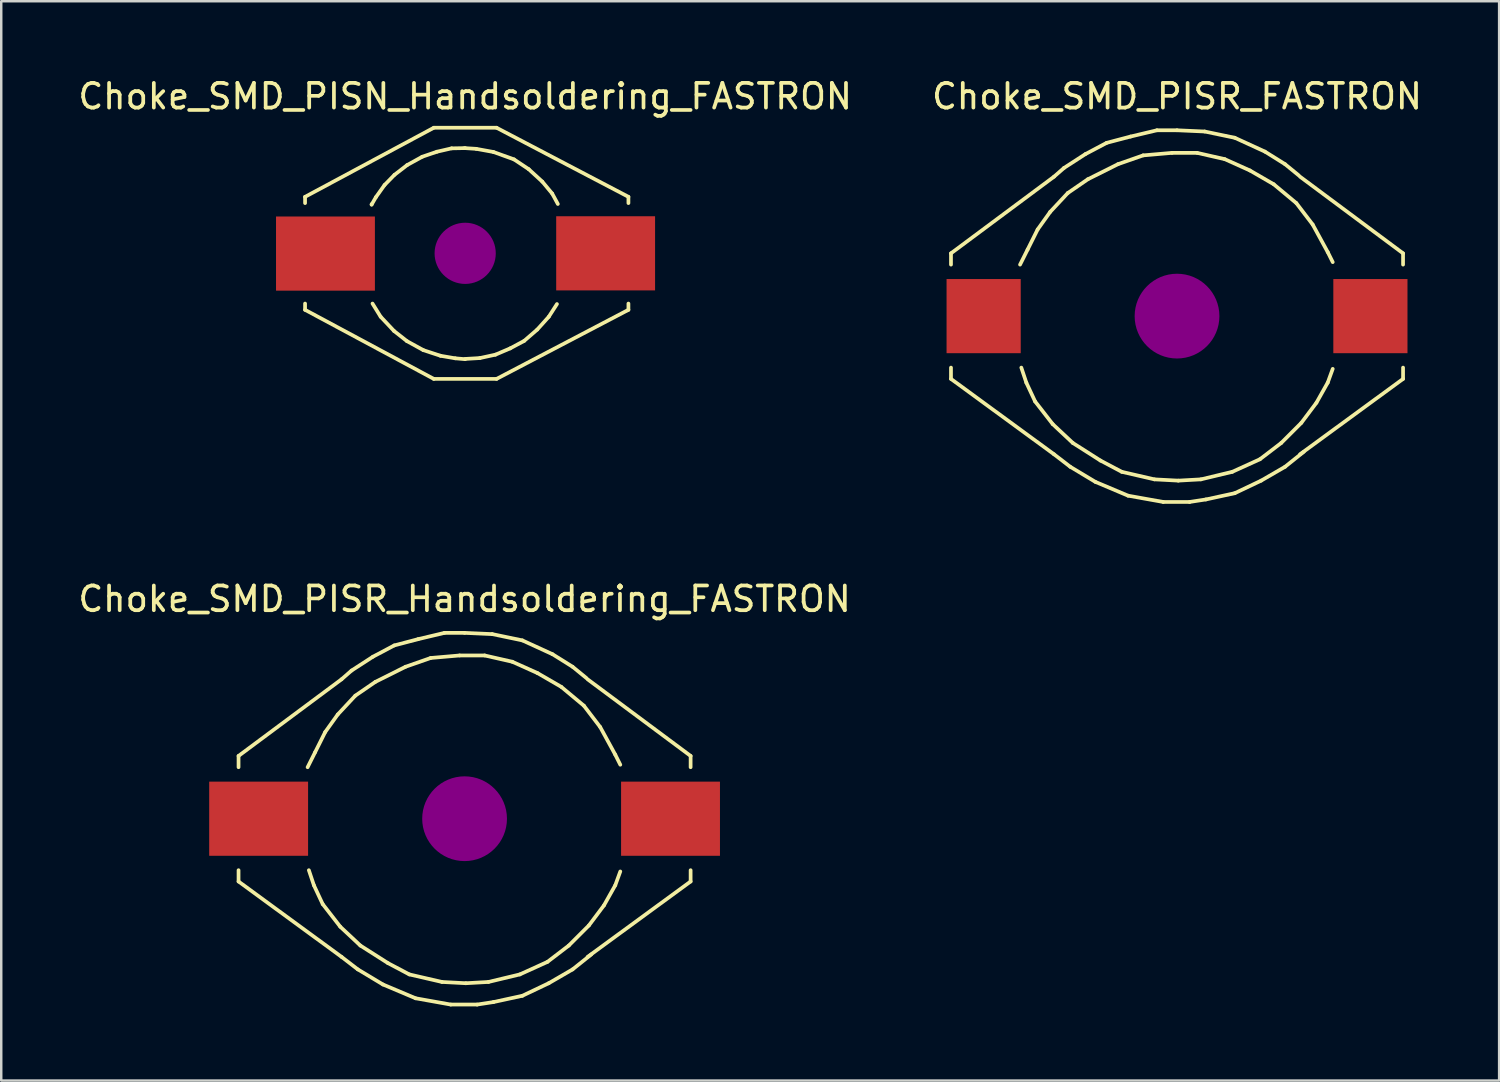
<source format=kicad_pcb>
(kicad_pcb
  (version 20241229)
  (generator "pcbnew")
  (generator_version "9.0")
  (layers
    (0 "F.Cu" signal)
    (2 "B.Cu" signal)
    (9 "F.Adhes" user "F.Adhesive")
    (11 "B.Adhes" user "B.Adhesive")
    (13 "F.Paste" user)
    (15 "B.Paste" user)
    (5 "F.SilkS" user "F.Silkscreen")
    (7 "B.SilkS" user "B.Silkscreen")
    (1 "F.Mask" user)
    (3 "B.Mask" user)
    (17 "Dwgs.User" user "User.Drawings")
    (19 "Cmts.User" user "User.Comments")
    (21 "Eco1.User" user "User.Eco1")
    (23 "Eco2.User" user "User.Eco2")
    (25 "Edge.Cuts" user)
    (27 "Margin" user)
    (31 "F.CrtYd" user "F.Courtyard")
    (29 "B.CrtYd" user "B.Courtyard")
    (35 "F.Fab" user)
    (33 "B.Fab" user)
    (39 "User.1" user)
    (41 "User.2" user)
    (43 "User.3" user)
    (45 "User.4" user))
  (footprint "Choke_SMD_PISR_FASTRON"
    (layer "F.Cu")
    (at 44.565 9.738)
    (property "Reference" "Choke_SMD_PISR_FASTRON" (at 0 -8.89 0) (layer "F.SilkS") (effects (font (size 1 1) (thickness 0.15))))
    (attr smd)
    (fp_line (start -9.144 -2.54) (end -4.978 -5.639) (stroke (width 0.15) (type solid)) (layer "F.SilkS"))
    (fp_line (start -9.144 -2.083) (end -9.144 -2.54) (stroke (width 0.15) (type solid)) (layer "F.SilkS"))
    (fp_line (start -9.144 2.083) (end -9.144 2.54) (stroke (width 0.15) (type solid)) (layer "F.SilkS"))
    (fp_line (start -9.144 2.54) (end -4.978 5.588) (stroke (width 0.15) (type solid)) (layer "F.SilkS"))
    (fp_line (start -6.35 -2.083) (end -6.045 -2.692) (stroke (width 0.15) (type solid)) (layer "F.SilkS"))
    (fp_line (start -6.299 2.083) (end -6.096 2.692) (stroke (width 0.15) (type solid)) (layer "F.SilkS"))
    (fp_line (start -6.096 2.692) (end -5.74 3.454) (stroke (width 0.15) (type solid)) (layer "F.SilkS"))
    (fp_line (start -6.045 -2.692) (end -5.639 -3.505) (stroke (width 0.15) (type solid)) (layer "F.SilkS"))
    (fp_line (start -5.74 3.454) (end -5.029 4.369) (stroke (width 0.15) (type solid)) (layer "F.SilkS"))
    (fp_line (start -5.639 -3.505) (end -5.131 -4.216) (stroke (width 0.15) (type solid)) (layer "F.SilkS"))
    (fp_line (start -5.131 -4.216) (end -4.42 -4.978) (stroke (width 0.15) (type solid)) (layer "F.SilkS"))
    (fp_line (start -5.029 4.369) (end -4.216 5.131) (stroke (width 0.15) (type solid)) (layer "F.SilkS"))
    (fp_line (start -4.978 -5.639) (end -4.572 -5.994) (stroke (width 0.15) (type solid)) (layer "F.SilkS"))
    (fp_line (start -4.978 5.588) (end -4.318 6.096) (stroke (width 0.15) (type solid)) (layer "F.SilkS"))
    (fp_line (start -4.572 -5.994) (end -3.708 -6.553) (stroke (width 0.15) (type solid)) (layer "F.SilkS"))
    (fp_line (start -4.42 -4.978) (end -3.607 -5.537) (stroke (width 0.15) (type solid)) (layer "F.SilkS"))
    (fp_line (start -4.318 6.096) (end -3.302 6.706) (stroke (width 0.15) (type solid)) (layer "F.SilkS"))
    (fp_line (start -4.216 5.131) (end -3.099 5.842) (stroke (width 0.15) (type solid)) (layer "F.SilkS"))
    (fp_line (start -3.708 -6.553) (end -2.845 -7.01) (stroke (width 0.15) (type solid)) (layer "F.SilkS"))
    (fp_line (start -3.607 -5.537) (end -2.388 -6.147) (stroke (width 0.15) (type solid)) (layer "F.SilkS"))
    (fp_line (start -3.302 6.706) (end -1.981 7.264) (stroke (width 0.15) (type solid)) (layer "F.SilkS"))
    (fp_line (start -3.099 5.842) (end -2.235 6.299) (stroke (width 0.15) (type solid)) (layer "F.SilkS"))
    (fp_line (start -2.845 -7.01) (end -1.88 -7.264) (stroke (width 0.15) (type solid)) (layer "F.SilkS"))
    (fp_line (start -2.388 -6.147) (end -1.372 -6.502) (stroke (width 0.15) (type solid)) (layer "F.SilkS"))
    (fp_line (start -2.235 6.299) (end -0.914 6.604) (stroke (width 0.15) (type solid)) (layer "F.SilkS"))
    (fp_line (start -1.981 7.264) (end -0.559 7.518) (stroke (width 0.15) (type solid)) (layer "F.SilkS"))
    (fp_line (start -1.88 -7.264) (end -0.813 -7.518) (stroke (width 0.15) (type solid)) (layer "F.SilkS"))
    (fp_line (start -1.372 -6.502) (end -0.203 -6.604) (stroke (width 0.15) (type solid)) (layer "F.SilkS"))
    (fp_line (start -0.914 6.604) (end 0.051 6.655) (stroke (width 0.15) (type solid)) (layer "F.SilkS"))
    (fp_line (start -0.813 -7.518) (end 0 -7.518) (stroke (width 0.15) (type solid)) (layer "F.SilkS"))
    (fp_line (start -0.559 7.518) (end 0.508 7.518) (stroke (width 0.15) (type solid)) (layer "F.SilkS"))
    (fp_line (start -0.203 -6.604) (end 0.813 -6.604) (stroke (width 0.15) (type solid)) (layer "F.SilkS"))
    (fp_line (start 0 -7.518) (end 1.118 -7.468) (stroke (width 0.15) (type solid)) (layer "F.SilkS"))
    (fp_line (start 0.051 6.655) (end 0.965 6.604) (stroke (width 0.15) (type solid)) (layer "F.SilkS"))
    (fp_line (start 0.508 7.518) (end 1.168 7.417) (stroke (width 0.15) (type solid)) (layer "F.SilkS"))
    (fp_line (start 0.813 -6.604) (end 1.93 -6.35) (stroke (width 0.15) (type solid)) (layer "F.SilkS"))
    (fp_line (start 0.965 6.604) (end 2.235 6.299) (stroke (width 0.15) (type solid)) (layer "F.SilkS"))
    (fp_line (start 1.118 -7.468) (end 2.337 -7.214) (stroke (width 0.15) (type solid)) (layer "F.SilkS"))
    (fp_line (start 1.168 7.417) (end 2.337 7.163) (stroke (width 0.15) (type solid)) (layer "F.SilkS"))
    (fp_line (start 1.93 -6.35) (end 2.946 -5.893) (stroke (width 0.15) (type solid)) (layer "F.SilkS"))
    (fp_line (start 2.235 6.299) (end 3.353 5.791) (stroke (width 0.15) (type solid)) (layer "F.SilkS"))
    (fp_line (start 2.337 -7.214) (end 3.556 -6.655) (stroke (width 0.15) (type solid)) (layer "F.SilkS"))
    (fp_line (start 2.337 7.163) (end 3.404 6.655) (stroke (width 0.15) (type solid)) (layer "F.SilkS"))
    (fp_line (start 2.946 -5.893) (end 3.912 -5.334) (stroke (width 0.15) (type solid)) (layer "F.SilkS"))
    (fp_line (start 3.353 5.791) (end 4.216 5.131) (stroke (width 0.15) (type solid)) (layer "F.SilkS"))
    (fp_line (start 3.404 6.655) (end 4.369 6.096) (stroke (width 0.15) (type solid)) (layer "F.SilkS"))
    (fp_line (start 3.556 -6.655) (end 4.369 -6.147) (stroke (width 0.15) (type solid)) (layer "F.SilkS"))
    (fp_line (start 3.912 -5.334) (end 4.826 -4.572) (stroke (width 0.15) (type solid)) (layer "F.SilkS"))
    (fp_line (start 4.216 5.131) (end 5.029 4.318) (stroke (width 0.15) (type solid)) (layer "F.SilkS"))
    (fp_line (start 4.369 -6.147) (end 4.928 -5.69) (stroke (width 0.15) (type solid)) (layer "F.SilkS"))
    (fp_line (start 4.369 6.096) (end 5.131 5.486) (stroke (width 0.15) (type solid)) (layer "F.SilkS"))
    (fp_line (start 4.826 -4.572) (end 5.486 -3.708) (stroke (width 0.15) (type solid)) (layer "F.SilkS"))
    (fp_line (start 5.029 4.318) (end 5.639 3.505) (stroke (width 0.15) (type solid)) (layer "F.SilkS"))
    (fp_line (start 5.486 -3.708) (end 6.096 -2.591) (stroke (width 0.15) (type solid)) (layer "F.SilkS"))
    (fp_line (start 5.639 3.505) (end 6.096 2.692) (stroke (width 0.15) (type solid)) (layer "F.SilkS"))
    (fp_line (start 6.096 -2.591) (end 6.299 -2.184) (stroke (width 0.15) (type solid)) (layer "F.SilkS"))
    (fp_line (start 6.096 2.692) (end 6.299 2.134) (stroke (width 0.15) (type solid)) (layer "F.SilkS"))
    (fp_line (start 9.144 -2.54) (end 4.978 -5.639) (stroke (width 0.15) (type solid)) (layer "F.SilkS"))
    (fp_line (start 9.144 -2.083) (end 9.144 -2.54) (stroke (width 0.15) (type solid)) (layer "F.SilkS"))
    (fp_line (start 9.144 2.083) (end 9.144 2.54) (stroke (width 0.15) (type solid)) (layer "F.SilkS"))
    (fp_line (start 9.144 2.54) (end 4.978 5.588) (stroke (width 0.15) (type solid)) (layer "F.SilkS"))
    (fp_line (start 0 -0.254) (end 0 0.254) (stroke (width 0.381) (type solid)) (layer "F.Adhes"))
    (fp_circle (center 0 0) (end 0 0.254) (stroke (width 0.381) (type solid)) (fill no) (layer "F.Adhes"))
    (fp_circle (center 0 0) (end 0 0.508) (stroke (width 0.381) (type solid)) (fill no) (layer "F.Adhes"))
    (fp_circle (center 0 0) (end 0 0.762) (stroke (width 0.381) (type solid)) (fill no) (layer "F.Adhes"))
    (fp_circle (center 0 0) (end 0 1.016) (stroke (width 0.381) (type solid)) (fill no) (layer "F.Adhes"))
    (fp_circle (center 0 0) (end 0 1.27) (stroke (width 0.381) (type solid)) (fill no) (layer "F.Adhes"))
    (fp_circle (center 0 0) (end 0 1.524) (stroke (width 0.381) (type solid)) (fill no) (layer "F.Adhes"))
    (pad "1" smd rect (at 7.823 0) (size 3 3) (layers "F.Cu" "F.Mask" "F.Paste"))
    (pad "2" smd rect (at -7.823 0) (size 3 3) (layers "F.Cu" "F.Mask" "F.Paste")))
  (footprint "Choke_SMD_PISN_Handsoldering_FASTRON"
    (layer "F.Cu")
    (at 15.768 7.198)
    (property "Reference" "Choke_SMD_PISN_Handsoldering_FASTRON" (at 0 -6.35 0) (layer "F.SilkS") (effects (font (size 1 1) (thickness 0.15))))
    (attr smd)
    (fp_line (start -6.477 -2.286) (end -6.477 -2.032) (stroke (width 0.15) (type solid)) (layer "F.SilkS"))
    (fp_line (start -6.477 2.286) (end -6.477 2.032) (stroke (width 0.15) (type solid)) (layer "F.SilkS"))
    (fp_line (start -3.785 -1.971) (end -3.785 -1.986) (stroke (width 0.15) (type solid)) (layer "F.SilkS"))
    (fp_line (start -3.612 -2.271) (end -3.785 -1.971) (stroke (width 0.15) (type solid)) (layer "F.SilkS"))
    (fp_line (start -3.419 2.565) (end -3.749 2.032) (stroke (width 0.15) (type solid)) (layer "F.SilkS"))
    (fp_line (start -3.261 -2.764) (end -3.612 -2.271) (stroke (width 0.15) (type solid)) (layer "F.SilkS"))
    (fp_line (start -2.88 3.139) (end -3.419 2.565) (stroke (width 0.15) (type solid)) (layer "F.SilkS"))
    (fp_line (start -2.86 -3.175) (end -3.261 -2.764) (stroke (width 0.15) (type solid)) (layer "F.SilkS"))
    (fp_line (start -2.357 3.551) (end -2.88 3.139) (stroke (width 0.15) (type solid)) (layer "F.SilkS"))
    (fp_line (start -2.347 -3.571) (end -2.86 -3.175) (stroke (width 0.15) (type solid)) (layer "F.SilkS"))
    (fp_line (start -1.737 -3.907) (end -2.347 -3.571) (stroke (width 0.15) (type solid)) (layer "F.SilkS"))
    (fp_line (start -1.692 3.917) (end -2.357 3.551) (stroke (width 0.15) (type solid)) (layer "F.SilkS"))
    (fp_line (start -1.27 -5.08) (end -6.477 -2.286) (stroke (width 0.15) (type solid)) (layer "F.SilkS"))
    (fp_line (start -1.27 -5.08) (end 1.27 -5.08) (stroke (width 0.15) (type solid)) (layer "F.SilkS"))
    (fp_line (start -1.27 5.08) (end -6.477 2.286) (stroke (width 0.15) (type solid)) (layer "F.SilkS"))
    (fp_line (start -1.27 5.08) (end 1.27 5.08) (stroke (width 0.15) (type solid)) (layer "F.SilkS"))
    (fp_line (start -1.143 -4.11) (end -1.737 -3.907) (stroke (width 0.15) (type solid)) (layer "F.SilkS"))
    (fp_line (start -0.996 4.145) (end -1.692 3.917) (stroke (width 0.15) (type solid)) (layer "F.SilkS"))
    (fp_line (start -0.549 -4.247) (end -1.143 -4.11) (stroke (width 0.15) (type solid)) (layer "F.SilkS"))
    (fp_line (start -0.401 4.247) (end -0.996 4.145) (stroke (width 0.15) (type solid)) (layer "F.SilkS"))
    (fp_line (start -0.025 -4.257) (end 0.447 -4.227) (stroke (width 0.15) (type solid)) (layer "F.SilkS"))
    (fp_line (start 0 -4.257) (end -0.549 -4.247) (stroke (width 0.15) (type solid)) (layer "F.SilkS"))
    (fp_line (start 0 4.272) (end 0.594 4.237) (stroke (width 0.15) (type solid)) (layer "F.SilkS"))
    (fp_line (start 0 4.282) (end -0.401 4.247) (stroke (width 0.15) (type solid)) (layer "F.SilkS"))
    (fp_line (start 0.447 -4.227) (end 1.143 -4.1) (stroke (width 0.15) (type solid)) (layer "F.SilkS"))
    (fp_line (start 0.594 4.237) (end 1.224 4.1) (stroke (width 0.15) (type solid)) (layer "F.SilkS"))
    (fp_line (start 1.143 -4.1) (end 1.976 -3.8) (stroke (width 0.15) (type solid)) (layer "F.SilkS"))
    (fp_line (start 1.224 4.1) (end 1.819 3.846) (stroke (width 0.15) (type solid)) (layer "F.SilkS"))
    (fp_line (start 1.27 -5.08) (end 6.604 -2.286) (stroke (width 0.15) (type solid)) (layer "F.SilkS"))
    (fp_line (start 1.27 5.08) (end 6.604 2.286) (stroke (width 0.15) (type solid)) (layer "F.SilkS"))
    (fp_line (start 1.819 3.846) (end 2.388 3.541) (stroke (width 0.15) (type solid)) (layer "F.SilkS"))
    (fp_line (start 1.976 -3.8) (end 2.57 -3.404) (stroke (width 0.15) (type solid)) (layer "F.SilkS"))
    (fp_line (start 2.388 3.541) (end 2.916 3.084) (stroke (width 0.15) (type solid)) (layer "F.SilkS"))
    (fp_line (start 2.57 -3.404) (end 3.119 -2.901) (stroke (width 0.15) (type solid)) (layer "F.SilkS"))
    (fp_line (start 2.916 3.084) (end 3.383 2.565) (stroke (width 0.15) (type solid)) (layer "F.SilkS"))
    (fp_line (start 3.119 -2.901) (end 3.52 -2.418) (stroke (width 0.15) (type solid)) (layer "F.SilkS"))
    (fp_line (start 3.383 2.565) (end 3.713 2.052) (stroke (width 0.15) (type solid)) (layer "F.SilkS"))
    (fp_line (start 3.52 -2.418) (end 3.749 -1.996) (stroke (width 0.15) (type solid)) (layer "F.SilkS"))
    (fp_line (start 6.604 -2.286) (end 6.604 -2.032) (stroke (width 0.15) (type solid)) (layer "F.SilkS"))
    (fp_line (start 6.604 2.286) (end 6.604 2.032) (stroke (width 0.15) (type solid)) (layer "F.SilkS"))
    (fp_line (start 0 -0.254) (end 0 0.254) (stroke (width 0.381) (type solid)) (layer "F.Adhes"))
    (fp_circle (center 0 0) (end 0 0.508) (stroke (width 0.381) (type solid)) (fill no) (layer "F.Adhes"))
    (fp_circle (center 0 0) (end 0.254 0) (stroke (width 0.381) (type solid)) (fill no) (layer "F.Adhes"))
    (fp_circle (center 0 0) (end 0.254 0.762) (stroke (width 0.381) (type solid)) (fill no) (layer "F.Adhes"))
    (fp_circle (center 0 0) (end 0.254 1.016) (stroke (width 0.381) (type solid)) (fill no) (layer "F.Adhes"))
    (pad "1" smd rect (at 5.682 0) (size 4 3) (layers "F.Cu" "F.Mask" "F.Paste"))
    (pad "2" smd rect (at -5.652 0.01) (size 4 3) (layers "F.Cu" "F.Mask" "F.Paste")))
  (footprint "Choke_SMD_PISR_Handsoldering_FASTRON"
    (layer "F.Cu")
    (at 15.744 30.07)
    (property "Reference" "Choke_SMD_PISR_Handsoldering_FASTRON" (at 0 -8.89 0) (layer "F.SilkS") (effects (font (size 1 1) (thickness 0.15))))
    (attr smd)
    (fp_line (start -9.144 -2.54) (end -4.978 -5.639) (stroke (width 0.15) (type solid)) (layer "F.SilkS"))
    (fp_line (start -9.144 -2.083) (end -9.144 -2.54) (stroke (width 0.15) (type solid)) (layer "F.SilkS"))
    (fp_line (start -9.144 2.083) (end -9.144 2.54) (stroke (width 0.15) (type solid)) (layer "F.SilkS"))
    (fp_line (start -9.144 2.54) (end -4.978 5.588) (stroke (width 0.15) (type solid)) (layer "F.SilkS"))
    (fp_line (start -6.35 -2.083) (end -6.045 -2.692) (stroke (width 0.15) (type solid)) (layer "F.SilkS"))
    (fp_line (start -6.299 2.083) (end -6.096 2.692) (stroke (width 0.15) (type solid)) (layer "F.SilkS"))
    (fp_line (start -6.096 2.692) (end -5.74 3.454) (stroke (width 0.15) (type solid)) (layer "F.SilkS"))
    (fp_line (start -6.045 -2.692) (end -5.639 -3.505) (stroke (width 0.15) (type solid)) (layer "F.SilkS"))
    (fp_line (start -5.74 3.454) (end -5.029 4.369) (stroke (width 0.15) (type solid)) (layer "F.SilkS"))
    (fp_line (start -5.639 -3.505) (end -5.131 -4.216) (stroke (width 0.15) (type solid)) (layer "F.SilkS"))
    (fp_line (start -5.131 -4.216) (end -4.42 -4.978) (stroke (width 0.15) (type solid)) (layer "F.SilkS"))
    (fp_line (start -5.029 4.369) (end -4.216 5.131) (stroke (width 0.15) (type solid)) (layer "F.SilkS"))
    (fp_line (start -4.978 -5.639) (end -4.572 -5.994) (stroke (width 0.15) (type solid)) (layer "F.SilkS"))
    (fp_line (start -4.978 5.588) (end -4.318 6.096) (stroke (width 0.15) (type solid)) (layer "F.SilkS"))
    (fp_line (start -4.572 -5.994) (end -3.708 -6.553) (stroke (width 0.15) (type solid)) (layer "F.SilkS"))
    (fp_line (start -4.42 -4.978) (end -3.607 -5.537) (stroke (width 0.15) (type solid)) (layer "F.SilkS"))
    (fp_line (start -4.318 6.096) (end -3.302 6.706) (stroke (width 0.15) (type solid)) (layer "F.SilkS"))
    (fp_line (start -4.216 5.131) (end -3.099 5.842) (stroke (width 0.15) (type solid)) (layer "F.SilkS"))
    (fp_line (start -3.708 -6.553) (end -2.845 -7.01) (stroke (width 0.15) (type solid)) (layer "F.SilkS"))
    (fp_line (start -3.607 -5.537) (end -2.388 -6.147) (stroke (width 0.15) (type solid)) (layer "F.SilkS"))
    (fp_line (start -3.302 6.706) (end -1.981 7.264) (stroke (width 0.15) (type solid)) (layer "F.SilkS"))
    (fp_line (start -3.099 5.842) (end -2.235 6.299) (stroke (width 0.15) (type solid)) (layer "F.SilkS"))
    (fp_line (start -2.845 -7.01) (end -1.88 -7.264) (stroke (width 0.15) (type solid)) (layer "F.SilkS"))
    (fp_line (start -2.388 -6.147) (end -1.372 -6.502) (stroke (width 0.15) (type solid)) (layer "F.SilkS"))
    (fp_line (start -2.235 6.299) (end -0.914 6.604) (stroke (width 0.15) (type solid)) (layer "F.SilkS"))
    (fp_line (start -1.981 7.264) (end -0.559 7.518) (stroke (width 0.15) (type solid)) (layer "F.SilkS"))
    (fp_line (start -1.88 -7.264) (end -0.813 -7.518) (stroke (width 0.15) (type solid)) (layer "F.SilkS"))
    (fp_line (start -1.372 -6.502) (end -0.203 -6.604) (stroke (width 0.15) (type solid)) (layer "F.SilkS"))
    (fp_line (start -0.914 6.604) (end 0.051 6.655) (stroke (width 0.15) (type solid)) (layer "F.SilkS"))
    (fp_line (start -0.813 -7.518) (end 0 -7.518) (stroke (width 0.15) (type solid)) (layer "F.SilkS"))
    (fp_line (start -0.559 7.518) (end 0.508 7.518) (stroke (width 0.15) (type solid)) (layer "F.SilkS"))
    (fp_line (start -0.203 -6.604) (end 0.813 -6.604) (stroke (width 0.15) (type solid)) (layer "F.SilkS"))
    (fp_line (start 0 -7.518) (end 1.118 -7.468) (stroke (width 0.15) (type solid)) (layer "F.SilkS"))
    (fp_line (start 0.051 6.655) (end 0.965 6.604) (stroke (width 0.15) (type solid)) (layer "F.SilkS"))
    (fp_line (start 0.508 7.518) (end 1.168 7.417) (stroke (width 0.15) (type solid)) (layer "F.SilkS"))
    (fp_line (start 0.813 -6.604) (end 1.93 -6.35) (stroke (width 0.15) (type solid)) (layer "F.SilkS"))
    (fp_line (start 0.965 6.604) (end 2.235 6.299) (stroke (width 0.15) (type solid)) (layer "F.SilkS"))
    (fp_line (start 1.118 -7.468) (end 2.337 -7.214) (stroke (width 0.15) (type solid)) (layer "F.SilkS"))
    (fp_line (start 1.168 7.417) (end 2.337 7.163) (stroke (width 0.15) (type solid)) (layer "F.SilkS"))
    (fp_line (start 1.93 -6.35) (end 2.946 -5.893) (stroke (width 0.15) (type solid)) (layer "F.SilkS"))
    (fp_line (start 2.235 6.299) (end 3.353 5.791) (stroke (width 0.15) (type solid)) (layer "F.SilkS"))
    (fp_line (start 2.337 -7.214) (end 3.556 -6.655) (stroke (width 0.15) (type solid)) (layer "F.SilkS"))
    (fp_line (start 2.337 7.163) (end 3.404 6.655) (stroke (width 0.15) (type solid)) (layer "F.SilkS"))
    (fp_line (start 2.946 -5.893) (end 3.912 -5.334) (stroke (width 0.15) (type solid)) (layer "F.SilkS"))
    (fp_line (start 3.353 5.791) (end 4.216 5.131) (stroke (width 0.15) (type solid)) (layer "F.SilkS"))
    (fp_line (start 3.404 6.655) (end 4.369 6.096) (stroke (width 0.15) (type solid)) (layer "F.SilkS"))
    (fp_line (start 3.556 -6.655) (end 4.369 -6.147) (stroke (width 0.15) (type solid)) (layer "F.SilkS"))
    (fp_line (start 3.912 -5.334) (end 4.826 -4.572) (stroke (width 0.15) (type solid)) (layer "F.SilkS"))
    (fp_line (start 4.216 5.131) (end 5.029 4.318) (stroke (width 0.15) (type solid)) (layer "F.SilkS"))
    (fp_line (start 4.369 -6.147) (end 4.928 -5.69) (stroke (width 0.15) (type solid)) (layer "F.SilkS"))
    (fp_line (start 4.369 6.096) (end 5.131 5.486) (stroke (width 0.15) (type solid)) (layer "F.SilkS"))
    (fp_line (start 4.826 -4.572) (end 5.486 -3.708) (stroke (width 0.15) (type solid)) (layer "F.SilkS"))
    (fp_line (start 5.029 4.318) (end 5.639 3.505) (stroke (width 0.15) (type solid)) (layer "F.SilkS"))
    (fp_line (start 5.486 -3.708) (end 6.096 -2.591) (stroke (width 0.15) (type solid)) (layer "F.SilkS"))
    (fp_line (start 5.639 3.505) (end 6.096 2.692) (stroke (width 0.15) (type solid)) (layer "F.SilkS"))
    (fp_line (start 6.096 -2.591) (end 6.299 -2.184) (stroke (width 0.15) (type solid)) (layer "F.SilkS"))
    (fp_line (start 6.096 2.692) (end 6.299 2.134) (stroke (width 0.15) (type solid)) (layer "F.SilkS"))
    (fp_line (start 9.144 -2.54) (end 4.978 -5.639) (stroke (width 0.15) (type solid)) (layer "F.SilkS"))
    (fp_line (start 9.144 -2.083) (end 9.144 -2.54) (stroke (width 0.15) (type solid)) (layer "F.SilkS"))
    (fp_line (start 9.144 2.083) (end 9.144 2.54) (stroke (width 0.15) (type solid)) (layer "F.SilkS"))
    (fp_line (start 9.144 2.54) (end 4.978 5.588) (stroke (width 0.15) (type solid)) (layer "F.SilkS"))
    (fp_line (start 0 -0.254) (end 0 0.254) (stroke (width 0.381) (type solid)) (layer "F.Adhes"))
    (fp_circle (center 0 0) (end 0 0.254) (stroke (width 0.381) (type solid)) (fill no) (layer "F.Adhes"))
    (fp_circle (center 0 0) (end 0 0.508) (stroke (width 0.381) (type solid)) (fill no) (layer "F.Adhes"))
    (fp_circle (center 0 0) (end 0 0.762) (stroke (width 0.381) (type solid)) (fill no) (layer "F.Adhes"))
    (fp_circle (center 0 0) (end 0 1.016) (stroke (width 0.381) (type solid)) (fill no) (layer "F.Adhes"))
    (fp_circle (center 0 0) (end 0 1.27) (stroke (width 0.381) (type solid)) (fill no) (layer "F.Adhes"))
    (fp_circle (center 0 0) (end 0 1.524) (stroke (width 0.381) (type solid)) (fill no) (layer "F.Adhes"))
    (pad "1" smd rect (at 8.331 0) (size 4 3) (layers "F.Cu" "F.Mask" "F.Paste"))
    (pad "2" smd rect (at -8.331 0) (size 4 3) (layers "F.Cu" "F.Mask" "F.Paste")))
  (gr_rect
    (start -3 -3)
    (end 57.595 40.663)
    (stroke (width 0.1) (type default))
    (fill no)
    (layer "Edge.Cuts")))
</source>
